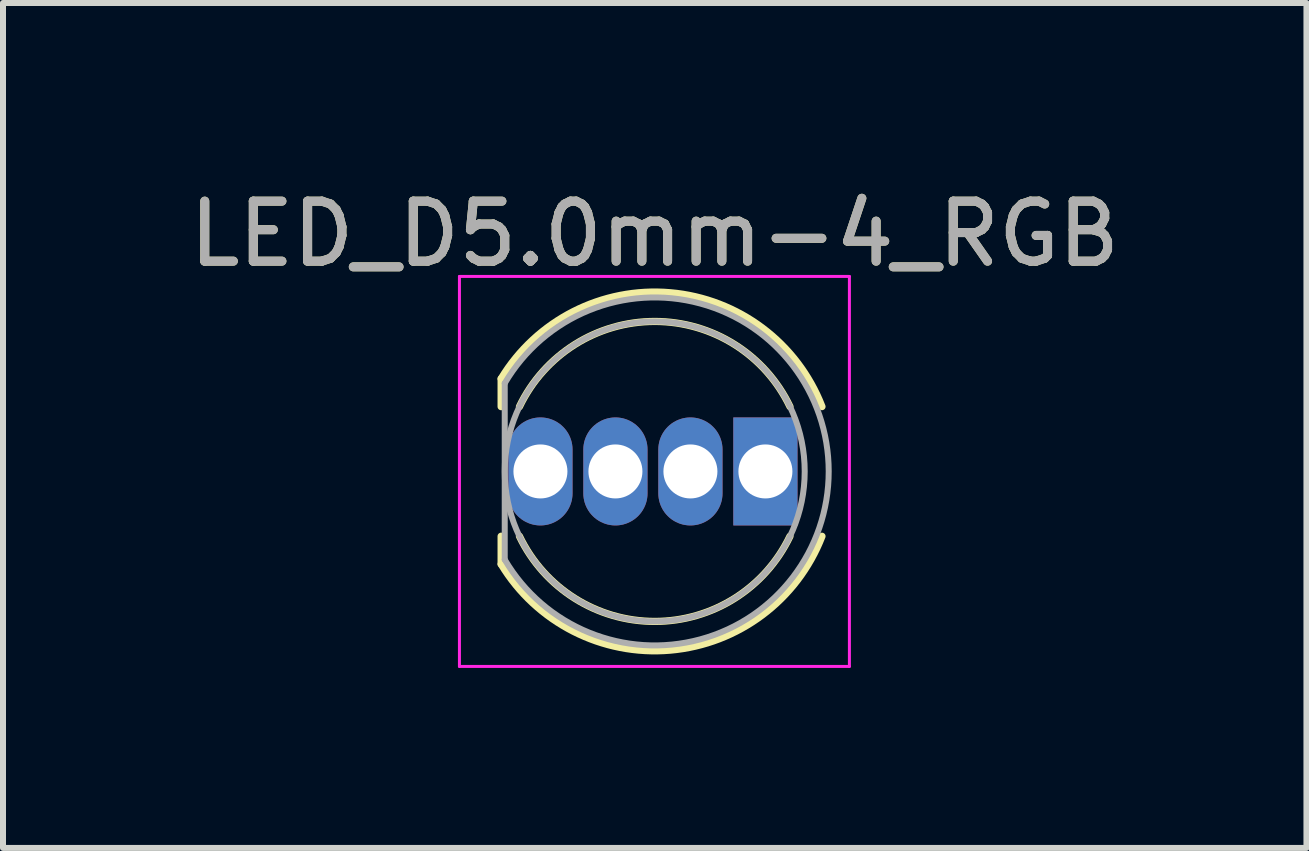
<source format=kicad_pcb>
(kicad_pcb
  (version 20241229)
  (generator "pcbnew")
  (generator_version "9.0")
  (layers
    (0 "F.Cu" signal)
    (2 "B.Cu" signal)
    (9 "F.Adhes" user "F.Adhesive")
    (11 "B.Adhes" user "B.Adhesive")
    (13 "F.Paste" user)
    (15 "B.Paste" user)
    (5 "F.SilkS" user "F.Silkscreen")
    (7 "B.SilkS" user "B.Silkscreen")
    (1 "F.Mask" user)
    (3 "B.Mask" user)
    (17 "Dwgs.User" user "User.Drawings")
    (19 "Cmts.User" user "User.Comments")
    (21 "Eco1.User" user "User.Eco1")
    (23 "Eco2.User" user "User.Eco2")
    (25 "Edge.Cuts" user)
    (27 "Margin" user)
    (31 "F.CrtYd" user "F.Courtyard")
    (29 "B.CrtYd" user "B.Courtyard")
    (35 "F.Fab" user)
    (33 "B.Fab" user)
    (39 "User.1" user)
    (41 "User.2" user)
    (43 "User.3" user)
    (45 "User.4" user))
  (footprint "LED_D5.0mm-4_RGB"
    (layer "F.Cu")
    (at 5.958 4.808)
    (property "Reference" "LED_D5.0mm-4_RGB" (at 1.905 -3.96 0) (layer "F.SilkS") (effects (font (size 1 1) (thickness 0.15))))
    (attr through_hole)
    (fp_line (start -0.655 -1.545) (end -0.655 -1.08) (stroke (width 0.12) (type solid)) (layer "F.SilkS"))
    (fp_line (start -0.655 1.08) (end -0.655 1.545) (stroke (width 0.12) (type solid)) (layer "F.SilkS"))
    (fp_arc (start -0.655 -1.54483) (mid 2.163456 -2.978809) (end 4.692815 -1.080827) (stroke (width 0.12) (type solid)) (layer "F.SilkS"))
    (fp_arc (start -0.349684 -1.08) (mid 1.904762 -2.5) (end 4.159479 -1.080429) (stroke (width 0.12) (type solid)) (layer "F.SilkS"))
    (fp_arc (start 4.159479 1.080429) (mid 1.904762 2.5) (end -0.349684 1.08) (stroke (width 0.12) (type solid)) (layer "F.SilkS"))
    (fp_arc (start 4.692815 1.080827) (mid 2.163456 2.978808) (end -0.655 1.54483) (stroke (width 0.12) (type solid)) (layer "F.SilkS"))
    (fp_line (start -1.35 -3.25) (end -1.35 3.25) (stroke (width 0.05) (type solid)) (layer "F.CrtYd"))
    (fp_line (start -1.35 3.25) (end 5.15 3.25) (stroke (width 0.05) (type solid)) (layer "F.CrtYd"))
    (fp_line (start 5.15 -3.25) (end -1.35 -3.25) (stroke (width 0.05) (type solid)) (layer "F.CrtYd"))
    (fp_line (start 5.15 3.25) (end 5.15 -3.25) (stroke (width 0.05) (type solid)) (layer "F.CrtYd"))
    (fp_line (start -0.595 -1.47) (end -0.595 1.47) (stroke (width 0.1) (type solid)) (layer "F.Fab"))
    (fp_arc (start -0.595 -1.469694) (mid 4.805 0.000016) (end -0.595016 1.469666) (stroke (width 0.1) (type solid)) (layer "F.Fab"))
    (fp_circle (center 1.905 0) (end 4.405 0) (stroke (width 0.1) (type solid)) (fill no) (layer "F.Fab"))
    (fp_text user "${REFERENCE}" (at 1.905 -3.96 0) (layer "F.Fab") (effects (font (size 1 1) (thickness 0.15))))
    (pad "1" thru_hole rect (at 3.75 0) (size 1.07 1.8) (drill 0.9) (layers "*.Cu" "*.Mask"))
    (pad "2" thru_hole oval (at 2.5 0) (size 1.07 1.8) (drill 0.9) (layers "*.Cu" "*.Mask"))
    (pad "3" thru_hole oval (at 1.25 0) (size 1.07 1.8) (drill 0.9) (layers "*.Cu" "*.Mask"))
    (pad "4" thru_hole oval (at 0 0) (size 1.07 1.8) (drill 0.9) (layers "*.Cu" "*.Mask")))
  (gr_rect
    (start -3 -3)
    (end 18.726 11.083)
    (stroke (width 0.1) (type default))
    (fill no)
    (layer "Edge.Cuts")))
</source>
